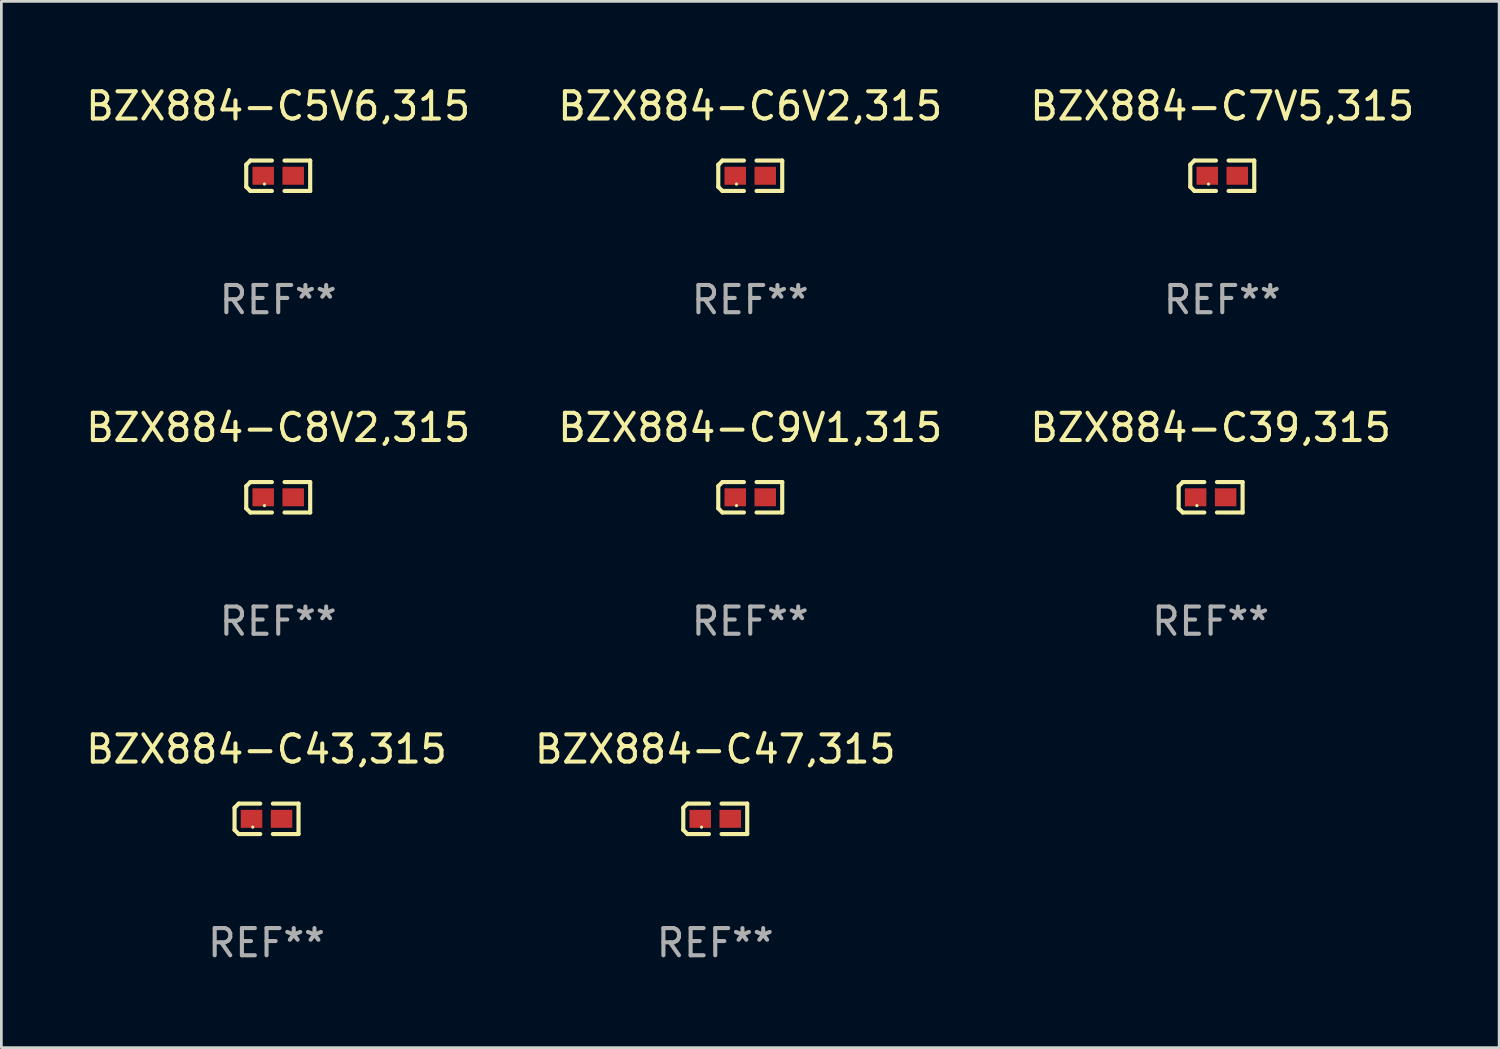
<source format=kicad_pcb>
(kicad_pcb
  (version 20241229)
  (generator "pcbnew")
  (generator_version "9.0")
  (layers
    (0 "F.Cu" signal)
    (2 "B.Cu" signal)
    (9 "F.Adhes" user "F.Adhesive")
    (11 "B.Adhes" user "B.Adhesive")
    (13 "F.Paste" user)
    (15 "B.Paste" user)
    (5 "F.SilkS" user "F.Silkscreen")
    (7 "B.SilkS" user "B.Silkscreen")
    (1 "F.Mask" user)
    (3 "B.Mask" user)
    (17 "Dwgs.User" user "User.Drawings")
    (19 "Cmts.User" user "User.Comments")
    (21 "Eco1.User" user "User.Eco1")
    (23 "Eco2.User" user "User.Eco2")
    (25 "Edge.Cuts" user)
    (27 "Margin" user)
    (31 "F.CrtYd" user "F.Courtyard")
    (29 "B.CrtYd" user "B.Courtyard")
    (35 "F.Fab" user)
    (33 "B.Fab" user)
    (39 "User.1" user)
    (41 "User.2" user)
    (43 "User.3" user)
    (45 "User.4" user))
  (footprint "BZX884-C5V6,315"
    (layer "F.Cu")
    (at 7.173 3.408)
    (property "Reference" "BZX884-C5V6,315" (at 0 -2.559 0) (layer "F.SilkS") (effects (font (size 1 1) (thickness 0.15))))
    (attr through_hole)
    (fp_line (start -1.175 -0.407) (end -1.023 -0.559) (stroke (width 0.152) (type solid)) (layer "F.SilkS"))
    (fp_line (start -1.175 0.407) (end -1.175 -0.407) (stroke (width 0.152) (type solid)) (layer "F.SilkS"))
    (fp_line (start -1.023 -0.559) (end -0.232 -0.559) (stroke (width 0.152) (type solid)) (layer "F.SilkS"))
    (fp_line (start -1.023 0.559) (end -1.175 0.407) (stroke (width 0.152) (type solid)) (layer "F.SilkS"))
    (fp_line (start -0.232 0.559) (end -1.023 0.559) (stroke (width 0.152) (type solid)) (layer "F.SilkS"))
    (fp_line (start 0.232 0.559) (end 1.175 0.559) (stroke (width 0.152) (type solid)) (layer "F.SilkS"))
    (fp_line (start 1.175 -0.559) (end 0.232 -0.559) (stroke (width 0.152) (type solid)) (layer "F.SilkS"))
    (fp_line (start 1.175 0.559) (end 1.175 -0.559) (stroke (width 0.152) (type solid)) (layer "F.SilkS"))
    (fp_circle (center -0.506 0.306) (end -0.476 0.306) (stroke (width 0.06) (type solid)) (fill no) (layer "F.SilkS"))
    (fp_text user "REF**" (at 0 4.559 0) (layer "F.Fab") (effects (font (size 1 1) (thickness 0.15))))
    (pad "1" smd rect (at -0.551 0) (size 0.79 0.661) (layers "F.Cu" "F.Mask" "F.Paste"))
    (pad "2" smd rect (at 0.551 0) (size 0.79 0.661) (layers "F.Cu" "F.Mask" "F.Paste")))
  (footprint "BZX884-C39,315"
    (layer "F.Cu")
    (at 41.435 15.223)
    (property "Reference" "BZX884-C39,315" (at 0 -2.559 0) (layer "F.SilkS") (effects (font (size 1 1) (thickness 0.15))))
    (attr through_hole)
    (fp_line (start -1.175 -0.407) (end -1.023 -0.559) (stroke (width 0.152) (type solid)) (layer "F.SilkS"))
    (fp_line (start -1.175 0.407) (end -1.175 -0.407) (stroke (width 0.152) (type solid)) (layer "F.SilkS"))
    (fp_line (start -1.023 -0.559) (end -0.232 -0.559) (stroke (width 0.152) (type solid)) (layer "F.SilkS"))
    (fp_line (start -1.023 0.559) (end -1.175 0.407) (stroke (width 0.152) (type solid)) (layer "F.SilkS"))
    (fp_line (start -0.232 0.559) (end -1.023 0.559) (stroke (width 0.152) (type solid)) (layer "F.SilkS"))
    (fp_line (start 0.232 0.559) (end 1.175 0.559) (stroke (width 0.152) (type solid)) (layer "F.SilkS"))
    (fp_line (start 1.175 -0.559) (end 0.232 -0.559) (stroke (width 0.152) (type solid)) (layer "F.SilkS"))
    (fp_line (start 1.175 0.559) (end 1.175 -0.559) (stroke (width 0.152) (type solid)) (layer "F.SilkS"))
    (fp_circle (center -0.506 0.306) (end -0.476 0.306) (stroke (width 0.06) (type solid)) (fill no) (layer "F.SilkS"))
    (fp_text user "REF**" (at 0 4.559 0) (layer "F.Fab") (effects (font (size 1 1) (thickness 0.15))))
    (pad "1" smd rect (at -0.551 0) (size 0.79 0.661) (layers "F.Cu" "F.Mask" "F.Paste"))
    (pad "2" smd rect (at 0.551 0) (size 0.79 0.661) (layers "F.Cu" "F.Mask" "F.Paste")))
  (footprint "BZX884-C8V2,315"
    (layer "F.Cu")
    (at 7.173 15.223)
    (property "Reference" "BZX884-C8V2,315" (at 0 -2.559 0) (layer "F.SilkS") (effects (font (size 1 1) (thickness 0.15))))
    (attr through_hole)
    (fp_line (start -1.175 -0.407) (end -1.023 -0.559) (stroke (width 0.152) (type solid)) (layer "F.SilkS"))
    (fp_line (start -1.175 0.407) (end -1.175 -0.407) (stroke (width 0.152) (type solid)) (layer "F.SilkS"))
    (fp_line (start -1.023 -0.559) (end -0.232 -0.559) (stroke (width 0.152) (type solid)) (layer "F.SilkS"))
    (fp_line (start -1.023 0.559) (end -1.175 0.407) (stroke (width 0.152) (type solid)) (layer "F.SilkS"))
    (fp_line (start -0.232 0.559) (end -1.023 0.559) (stroke (width 0.152) (type solid)) (layer "F.SilkS"))
    (fp_line (start 0.232 0.559) (end 1.175 0.559) (stroke (width 0.152) (type solid)) (layer "F.SilkS"))
    (fp_line (start 1.175 -0.559) (end 0.232 -0.559) (stroke (width 0.152) (type solid)) (layer "F.SilkS"))
    (fp_line (start 1.175 0.559) (end 1.175 -0.559) (stroke (width 0.152) (type solid)) (layer "F.SilkS"))
    (fp_circle (center -0.506 0.306) (end -0.476 0.306) (stroke (width 0.06) (type solid)) (fill no) (layer "F.SilkS"))
    (fp_text user "REF**" (at 0 4.559 0) (layer "F.Fab") (effects (font (size 1 1) (thickness 0.15))))
    (pad "1" smd rect (at -0.551 0) (size 0.79 0.661) (layers "F.Cu" "F.Mask" "F.Paste"))
    (pad "2" smd rect (at 0.551 0) (size 0.79 0.661) (layers "F.Cu" "F.Mask" "F.Paste")))
  (footprint "BZX884-C9V1,315"
    (layer "F.Cu")
    (at 24.518 15.223)
    (property "Reference" "BZX884-C9V1,315" (at 0 -2.559 0) (layer "F.SilkS") (effects (font (size 1 1) (thickness 0.15))))
    (attr through_hole)
    (fp_line (start -1.175 -0.407) (end -1.023 -0.559) (stroke (width 0.152) (type solid)) (layer "F.SilkS"))
    (fp_line (start -1.175 0.407) (end -1.175 -0.407) (stroke (width 0.152) (type solid)) (layer "F.SilkS"))
    (fp_line (start -1.023 -0.559) (end -0.232 -0.559) (stroke (width 0.152) (type solid)) (layer "F.SilkS"))
    (fp_line (start -1.023 0.559) (end -1.175 0.407) (stroke (width 0.152) (type solid)) (layer "F.SilkS"))
    (fp_line (start -0.232 0.559) (end -1.023 0.559) (stroke (width 0.152) (type solid)) (layer "F.SilkS"))
    (fp_line (start 0.232 0.559) (end 1.175 0.559) (stroke (width 0.152) (type solid)) (layer "F.SilkS"))
    (fp_line (start 1.175 -0.559) (end 0.232 -0.559) (stroke (width 0.152) (type solid)) (layer "F.SilkS"))
    (fp_line (start 1.175 0.559) (end 1.175 -0.559) (stroke (width 0.152) (type solid)) (layer "F.SilkS"))
    (fp_circle (center -0.506 0.306) (end -0.476 0.306) (stroke (width 0.06) (type solid)) (fill no) (layer "F.SilkS"))
    (fp_text user "REF**" (at 0 4.559 0) (layer "F.Fab") (effects (font (size 1 1) (thickness 0.15))))
    (pad "1" smd rect (at -0.551 0) (size 0.79 0.661) (layers "F.Cu" "F.Mask" "F.Paste"))
    (pad "2" smd rect (at 0.551 0) (size 0.79 0.661) (layers "F.Cu" "F.Mask" "F.Paste")))
  (footprint "BZX884-C47,315"
    (layer "F.Cu")
    (at 23.232 27.038)
    (property "Reference" "BZX884-C47,315" (at 0 -2.559 0) (layer "F.SilkS") (effects (font (size 1 1) (thickness 0.15))))
    (attr through_hole)
    (fp_line (start -1.175 -0.407) (end -1.023 -0.559) (stroke (width 0.152) (type solid)) (layer "F.SilkS"))
    (fp_line (start -1.175 0.407) (end -1.175 -0.407) (stroke (width 0.152) (type solid)) (layer "F.SilkS"))
    (fp_line (start -1.023 -0.559) (end -0.232 -0.559) (stroke (width 0.152) (type solid)) (layer "F.SilkS"))
    (fp_line (start -1.023 0.559) (end -1.175 0.407) (stroke (width 0.152) (type solid)) (layer "F.SilkS"))
    (fp_line (start -0.232 0.559) (end -1.023 0.559) (stroke (width 0.152) (type solid)) (layer "F.SilkS"))
    (fp_line (start 0.232 0.559) (end 1.175 0.559) (stroke (width 0.152) (type solid)) (layer "F.SilkS"))
    (fp_line (start 1.175 -0.559) (end 0.232 -0.559) (stroke (width 0.152) (type solid)) (layer "F.SilkS"))
    (fp_line (start 1.175 0.559) (end 1.175 -0.559) (stroke (width 0.152) (type solid)) (layer "F.SilkS"))
    (fp_circle (center -0.506 0.306) (end -0.476 0.306) (stroke (width 0.06) (type solid)) (fill no) (layer "F.SilkS"))
    (fp_text user "REF**" (at 0 4.559 0) (layer "F.Fab") (effects (font (size 1 1) (thickness 0.15))))
    (pad "1" smd rect (at -0.551 0) (size 0.79 0.661) (layers "F.Cu" "F.Mask" "F.Paste"))
    (pad "2" smd rect (at 0.551 0) (size 0.79 0.661) (layers "F.Cu" "F.Mask" "F.Paste")))
  (footprint "BZX884-C43,315"
    (layer "F.Cu")
    (at 6.744 27.038)
    (property "Reference" "BZX884-C43,315" (at 0 -2.559 0) (layer "F.SilkS") (effects (font (size 1 1) (thickness 0.15))))
    (attr through_hole)
    (fp_line (start -1.175 -0.407) (end -1.023 -0.559) (stroke (width 0.152) (type solid)) (layer "F.SilkS"))
    (fp_line (start -1.175 0.407) (end -1.175 -0.407) (stroke (width 0.152) (type solid)) (layer "F.SilkS"))
    (fp_line (start -1.023 -0.559) (end -0.232 -0.559) (stroke (width 0.152) (type solid)) (layer "F.SilkS"))
    (fp_line (start -1.023 0.559) (end -1.175 0.407) (stroke (width 0.152) (type solid)) (layer "F.SilkS"))
    (fp_line (start -0.232 0.559) (end -1.023 0.559) (stroke (width 0.152) (type solid)) (layer "F.SilkS"))
    (fp_line (start 0.232 0.559) (end 1.175 0.559) (stroke (width 0.152) (type solid)) (layer "F.SilkS"))
    (fp_line (start 1.175 -0.559) (end 0.232 -0.559) (stroke (width 0.152) (type solid)) (layer "F.SilkS"))
    (fp_line (start 1.175 0.559) (end 1.175 -0.559) (stroke (width 0.152) (type solid)) (layer "F.SilkS"))
    (fp_circle (center -0.506 0.306) (end -0.476 0.306) (stroke (width 0.06) (type solid)) (fill no) (layer "F.SilkS"))
    (fp_text user "REF**" (at 0 4.559 0) (layer "F.Fab") (effects (font (size 1 1) (thickness 0.15))))
    (pad "1" smd rect (at -0.551 0) (size 0.79 0.661) (layers "F.Cu" "F.Mask" "F.Paste"))
    (pad "2" smd rect (at 0.551 0) (size 0.79 0.661) (layers "F.Cu" "F.Mask" "F.Paste")))
  (footprint "BZX884-C6V2,315"
    (layer "F.Cu")
    (at 24.518 3.408)
    (property "Reference" "BZX884-C6V2,315" (at 0 -2.559 0) (layer "F.SilkS") (effects (font (size 1 1) (thickness 0.15))))
    (attr through_hole)
    (fp_line (start -1.175 -0.407) (end -1.023 -0.559) (stroke (width 0.152) (type solid)) (layer "F.SilkS"))
    (fp_line (start -1.175 0.407) (end -1.175 -0.407) (stroke (width 0.152) (type solid)) (layer "F.SilkS"))
    (fp_line (start -1.023 -0.559) (end -0.232 -0.559) (stroke (width 0.152) (type solid)) (layer "F.SilkS"))
    (fp_line (start -1.023 0.559) (end -1.175 0.407) (stroke (width 0.152) (type solid)) (layer "F.SilkS"))
    (fp_line (start -0.232 0.559) (end -1.023 0.559) (stroke (width 0.152) (type solid)) (layer "F.SilkS"))
    (fp_line (start 0.232 0.559) (end 1.175 0.559) (stroke (width 0.152) (type solid)) (layer "F.SilkS"))
    (fp_line (start 1.175 -0.559) (end 0.232 -0.559) (stroke (width 0.152) (type solid)) (layer "F.SilkS"))
    (fp_line (start 1.175 0.559) (end 1.175 -0.559) (stroke (width 0.152) (type solid)) (layer "F.SilkS"))
    (fp_circle (center -0.506 0.306) (end -0.476 0.306) (stroke (width 0.06) (type solid)) (fill no) (layer "F.SilkS"))
    (fp_text user "REF**" (at 0 4.559 0) (layer "F.Fab") (effects (font (size 1 1) (thickness 0.15))))
    (pad "1" smd rect (at -0.551 0) (size 0.79 0.661) (layers "F.Cu" "F.Mask" "F.Paste"))
    (pad "2" smd rect (at 0.551 0) (size 0.79 0.661) (layers "F.Cu" "F.Mask" "F.Paste")))
  (footprint "BZX884-C7V5,315"
    (layer "F.Cu")
    (at 41.863 3.408)
    (property "Reference" "BZX884-C7V5,315" (at 0 -2.559 0) (layer "F.SilkS") (effects (font (size 1 1) (thickness 0.15))))
    (attr through_hole)
    (fp_line (start -1.175 -0.407) (end -1.023 -0.559) (stroke (width 0.152) (type solid)) (layer "F.SilkS"))
    (fp_line (start -1.175 0.407) (end -1.175 -0.407) (stroke (width 0.152) (type solid)) (layer "F.SilkS"))
    (fp_line (start -1.023 -0.559) (end -0.232 -0.559) (stroke (width 0.152) (type solid)) (layer "F.SilkS"))
    (fp_line (start -1.023 0.559) (end -1.175 0.407) (stroke (width 0.152) (type solid)) (layer "F.SilkS"))
    (fp_line (start -0.232 0.559) (end -1.023 0.559) (stroke (width 0.152) (type solid)) (layer "F.SilkS"))
    (fp_line (start 0.232 0.559) (end 1.175 0.559) (stroke (width 0.152) (type solid)) (layer "F.SilkS"))
    (fp_line (start 1.175 -0.559) (end 0.232 -0.559) (stroke (width 0.152) (type solid)) (layer "F.SilkS"))
    (fp_line (start 1.175 0.559) (end 1.175 -0.559) (stroke (width 0.152) (type solid)) (layer "F.SilkS"))
    (fp_circle (center -0.506 0.306) (end -0.476 0.306) (stroke (width 0.06) (type solid)) (fill no) (layer "F.SilkS"))
    (fp_text user "REF**" (at 0 4.559 0) (layer "F.Fab") (effects (font (size 1 1) (thickness 0.15))))
    (pad "1" smd rect (at -0.551 0) (size 0.79 0.661) (layers "F.Cu" "F.Mask" "F.Paste"))
    (pad "2" smd rect (at 0.551 0) (size 0.79 0.661) (layers "F.Cu" "F.Mask" "F.Paste")))
  (gr_rect
    (start -3 -3)
    (end 52.036 35.446)
    (stroke (width 0.1) (type default))
    (fill no)
    (layer "Edge.Cuts")))
</source>
